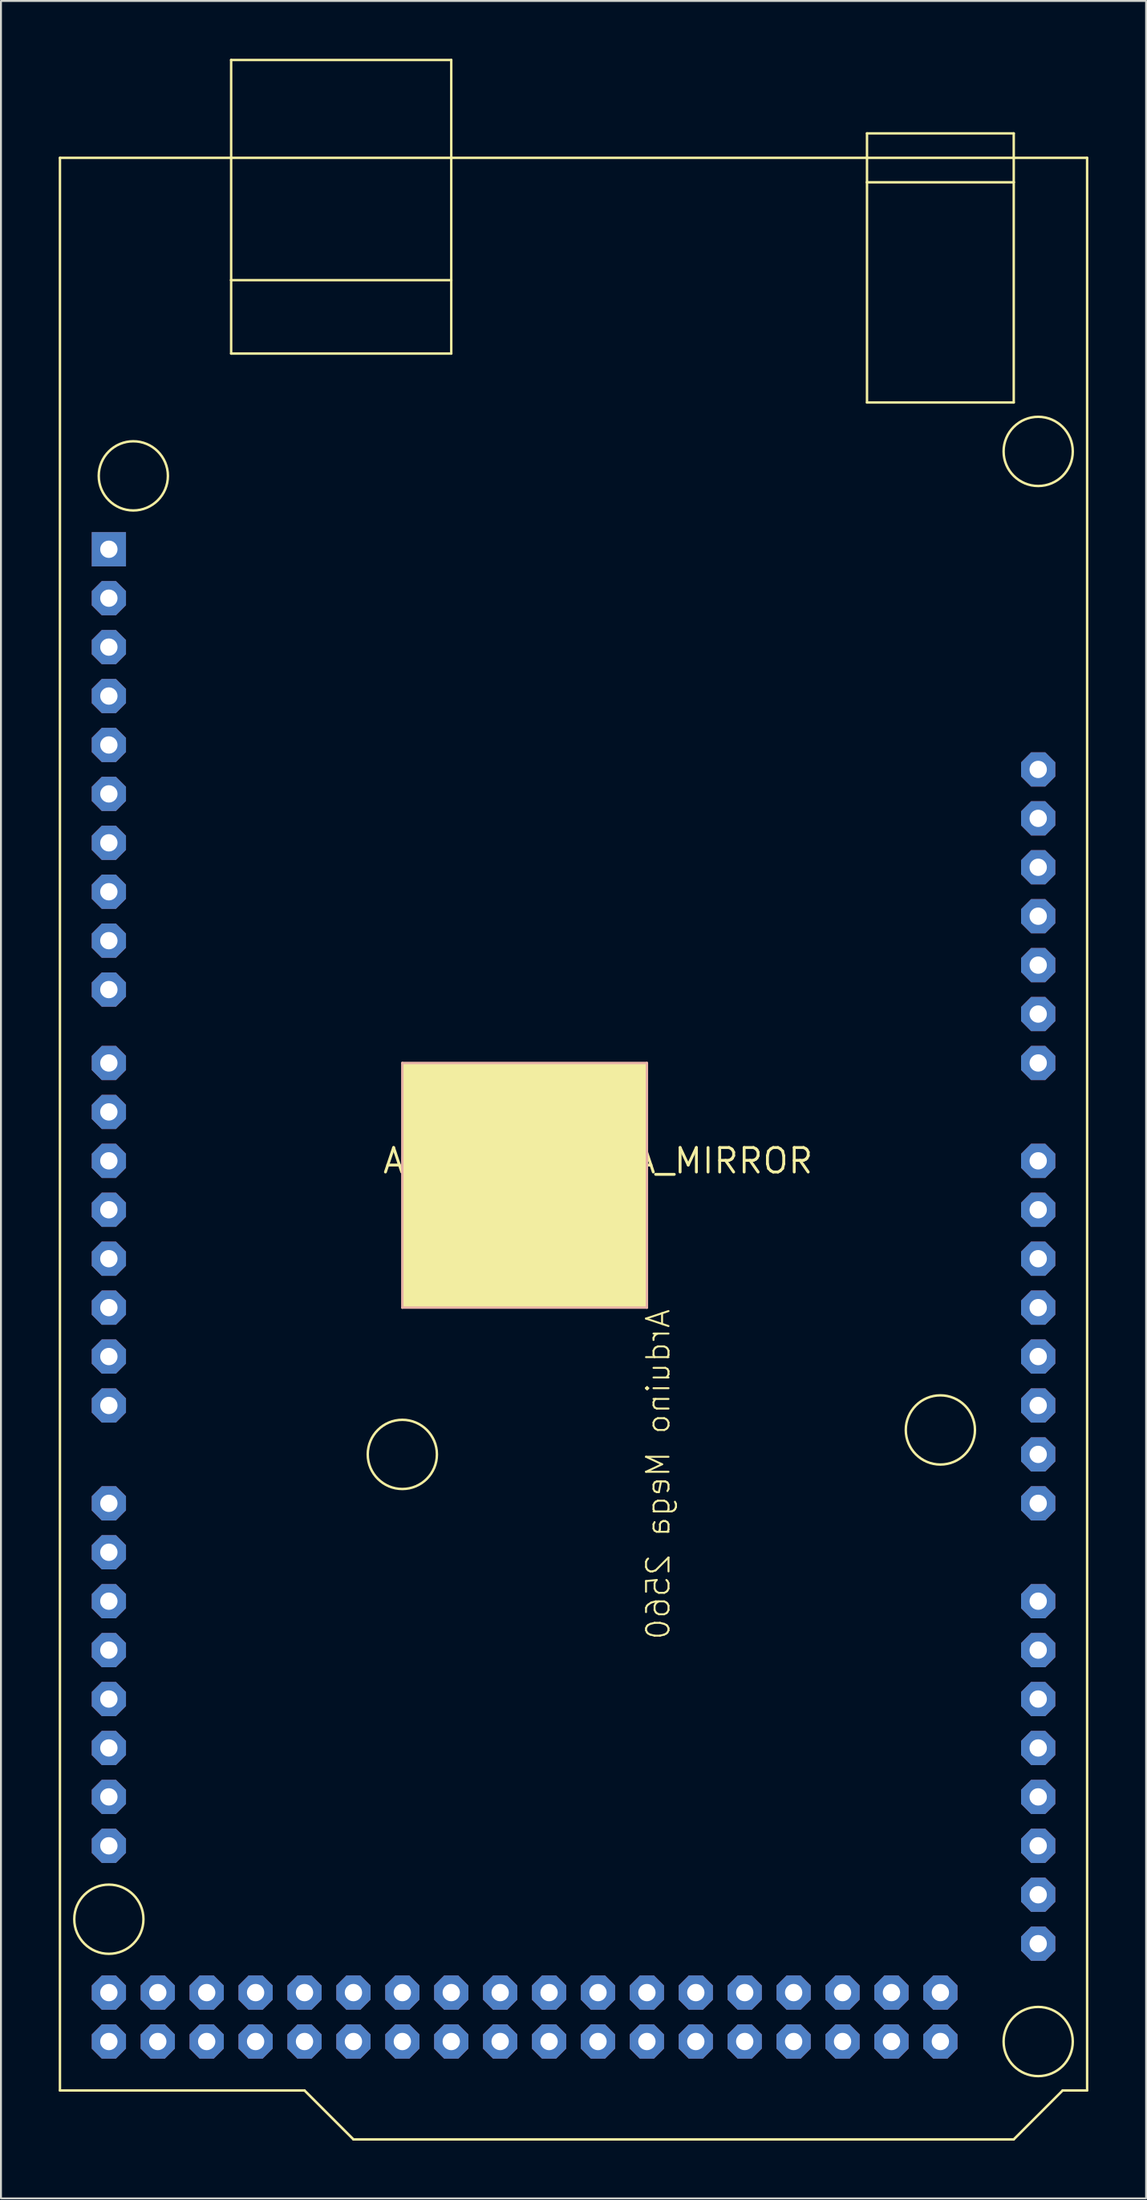
<source format=kicad_pcb>
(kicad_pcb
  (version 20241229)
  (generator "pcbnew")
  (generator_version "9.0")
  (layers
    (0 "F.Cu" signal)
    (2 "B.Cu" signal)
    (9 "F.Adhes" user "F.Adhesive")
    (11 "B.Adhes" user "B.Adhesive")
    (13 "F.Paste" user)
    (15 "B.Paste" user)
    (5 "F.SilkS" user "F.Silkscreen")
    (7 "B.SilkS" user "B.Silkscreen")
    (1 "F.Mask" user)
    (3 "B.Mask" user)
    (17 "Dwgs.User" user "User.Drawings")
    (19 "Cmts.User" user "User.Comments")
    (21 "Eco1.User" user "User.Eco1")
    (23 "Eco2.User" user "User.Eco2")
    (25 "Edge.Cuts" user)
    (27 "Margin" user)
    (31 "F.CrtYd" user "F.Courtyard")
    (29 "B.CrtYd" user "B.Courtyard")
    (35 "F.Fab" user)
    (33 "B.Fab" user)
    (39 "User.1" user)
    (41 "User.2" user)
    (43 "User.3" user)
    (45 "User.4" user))
  (footprint "ARDUINO_MEGA_MIRROR"
    (layer "F.Cu")
    (at 28.003 57.214)
    (property "Reference" "ARDUINO_MEGA_MIRROR" (at 0 0 0) (layer "F.SilkS") (effects (font (size 1.27 1.27) (thickness 0.15))))
    (fp_line (start -27.94 -52.07) (end -27.94 48.26) (stroke (width 0.127) (type solid)) (layer "F.SilkS"))
    (fp_line (start -27.94 -52.07) (end 25.4 -52.07) (stroke (width 0.127) (type solid)) (layer "F.SilkS"))
    (fp_line (start -27.94 48.26) (end -15.24 48.26) (stroke (width 0.127) (type solid)) (layer "F.SilkS"))
    (fp_line (start -19.05 -57.15) (end -7.62 -57.15) (stroke (width 0.127) (type solid)) (layer "F.SilkS"))
    (fp_line (start -19.05 -45.72) (end -19.05 -57.15) (stroke (width 0.127) (type solid)) (layer "F.SilkS"))
    (fp_line (start -19.05 -45.72) (end -7.62 -45.72) (stroke (width 0.127) (type solid)) (layer "F.SilkS"))
    (fp_line (start -19.05 -41.91) (end -19.05 -45.72) (stroke (width 0.127) (type solid)) (layer "F.SilkS"))
    (fp_line (start -15.24 48.26) (end -12.7 50.8) (stroke (width 0.127) (type solid)) (layer "F.SilkS"))
    (fp_line (start -12.7 50.8) (end 21.59 50.8) (stroke (width 0.127) (type solid)) (layer "F.SilkS"))
    (fp_line (start -7.62 -57.15) (end -7.62 -45.72) (stroke (width 0.127) (type solid)) (layer "F.SilkS"))
    (fp_line (start -7.62 -45.72) (end -7.62 -41.91) (stroke (width 0.127) (type solid)) (layer "F.SilkS"))
    (fp_line (start -7.62 -41.91) (end -19.05 -41.91) (stroke (width 0.127) (type solid)) (layer "F.SilkS"))
    (fp_line (start 13.97 -53.34) (end 21.59 -53.34) (stroke (width 0.127) (type solid)) (layer "F.SilkS"))
    (fp_line (start 13.97 -50.8) (end 13.97 -53.34) (stroke (width 0.127) (type solid)) (layer "F.SilkS"))
    (fp_line (start 13.97 -50.8) (end 21.59 -50.8) (stroke (width 0.127) (type solid)) (layer "F.SilkS"))
    (fp_line (start 13.97 -39.37) (end 13.97 -50.8) (stroke (width 0.127) (type solid)) (layer "F.SilkS"))
    (fp_line (start 21.59 -50.8) (end 21.59 -53.34) (stroke (width 0.127) (type solid)) (layer "F.SilkS"))
    (fp_line (start 21.59 -50.8) (end 21.59 -39.37) (stroke (width 0.127) (type solid)) (layer "F.SilkS"))
    (fp_line (start 21.59 -39.37) (end 13.97 -39.37) (stroke (width 0.127) (type solid)) (layer "F.SilkS"))
    (fp_line (start 24.13 48.26) (end 21.59 50.8) (stroke (width 0.127) (type solid)) (layer "F.SilkS"))
    (fp_line (start 25.4 -52.07) (end 25.4 48.26) (stroke (width 0.127) (type solid)) (layer "F.SilkS"))
    (fp_line (start 25.4 48.26) (end 24.13 48.26) (stroke (width 0.127) (type solid)) (layer "F.SilkS"))
    (fp_circle (center -25.4 39.37) (end -23.604 39.37) (stroke (width 0.127) (type solid)) (fill no) (layer "F.SilkS"))
    (fp_circle (center -24.13 -35.56) (end -22.334 -35.56) (stroke (width 0.127) (type solid)) (fill no) (layer "F.SilkS"))
    (fp_circle (center -10.16 15.24) (end -8.364 15.24) (stroke (width 0.127) (type solid)) (fill no) (layer "F.SilkS"))
    (fp_circle (center 17.78 13.97) (end 19.576 13.97) (stroke (width 0.127) (type solid)) (fill no) (layer "F.SilkS"))
    (fp_circle (center 22.86 -36.83) (end 24.656 -36.83) (stroke (width 0.127) (type solid)) (fill no) (layer "F.SilkS"))
    (fp_circle (center 22.86 45.72) (end 24.656 45.72) (stroke (width 0.127) (type solid)) (fill no) (layer "F.SilkS"))
    (fp_poly (pts (xy 2.54 -5.08) (xy -10.16 -5.08) (xy -10.16 7.62) (xy 2.54 7.62)) (stroke (width 0) (type default)) (fill yes) (layer "F.SilkS"))
    (fp_line (start -10.16 -5.08) (end -10.16 7.62) (stroke (width 0.127) (type solid)) (layer "B.SilkS"))
    (fp_line (start -10.16 7.62) (end 2.54 7.62) (stroke (width 0.127) (type solid)) (layer "B.SilkS"))
    (fp_line (start 2.54 -5.08) (end -10.16 -5.08) (stroke (width 0.127) (type solid)) (layer "B.SilkS"))
    (fp_line (start 2.54 7.62) (end 2.54 -5.08) (stroke (width 0.127) (type solid)) (layer "B.SilkS"))
    (fp_text user "Arduino Mega 2560" (at 3.81 7.62 270) (layer "F.SilkS") (effects (font (size 1.168 1.168) (thickness 0.102)) (justify left bottom mirror)))
    (pad "3V3" thru_hole roundrect (at 22.86 -15.24 180) (size 1.778 1.778) (drill 0.9) (layers "*.Cu" "*.Mask") (roundrect_rratio 0.25) (chamfer_ratio 0.293) (chamfer top_left top_right bottom_left bottom_right))
    (pad "5V@1" thru_hole roundrect (at 22.86 -12.7 180) (size 1.778 1.778) (drill 0.9) (layers "*.Cu" "*.Mask") (roundrect_rratio 0.25) (chamfer_ratio 0.293) (chamfer top_left top_right bottom_left bottom_right))
    (pad "5V@2" thru_hole roundrect (at -25.4 43.18 180) (size 1.778 1.778) (drill 0.9) (layers "*.Cu" "*.Mask") (roundrect_rratio 0.25) (chamfer_ratio 0.293) (chamfer top_left top_right bottom_left bottom_right))
    (pad "5V@3" thru_hole roundrect (at -25.4 45.72 180) (size 1.778 1.778) (drill 0.9) (layers "*.Cu" "*.Mask") (roundrect_rratio 0.25) (chamfer_ratio 0.293) (chamfer top_left top_right bottom_left bottom_right))
    (pad "A0" thru_hole roundrect (at 22.86 0 180) (size 1.778 1.778) (drill 0.9) (layers "*.Cu" "*.Mask") (roundrect_rratio 0.25) (chamfer_ratio 0.293) (chamfer top_left top_right bottom_left bottom_right))
    (pad "A1" thru_hole roundrect (at 22.86 2.54 180) (size 1.778 1.778) (drill 0.9) (layers "*.Cu" "*.Mask") (roundrect_rratio 0.25) (chamfer_ratio 0.293) (chamfer top_left top_right bottom_left bottom_right))
    (pad "A2" thru_hole roundrect (at 22.86 5.08 180) (size 1.778 1.778) (drill 0.9) (layers "*.Cu" "*.Mask") (roundrect_rratio 0.25) (chamfer_ratio 0.293) (chamfer top_left top_right bottom_left bottom_right))
    (pad "A3" thru_hole roundrect (at 22.86 7.62 180) (size 1.778 1.778) (drill 0.9) (layers "*.Cu" "*.Mask") (roundrect_rratio 0.25) (chamfer_ratio 0.293) (chamfer top_left top_right bottom_left bottom_right))
    (pad "A4" thru_hole roundrect (at 22.86 10.16 180) (size 1.778 1.778) (drill 0.9) (layers "*.Cu" "*.Mask") (roundrect_rratio 0.25) (chamfer_ratio 0.293) (chamfer top_left top_right bottom_left bottom_right))
    (pad "A5" thru_hole roundrect (at 22.86 12.7 180) (size 1.778 1.778) (drill 0.9) (layers "*.Cu" "*.Mask") (roundrect_rratio 0.25) (chamfer_ratio 0.293) (chamfer top_left top_right bottom_left bottom_right))
    (pad "A6" thru_hole roundrect (at 22.86 15.24 180) (size 1.778 1.778) (drill 0.9) (layers "*.Cu" "*.Mask") (roundrect_rratio 0.25) (chamfer_ratio 0.293) (chamfer top_left top_right bottom_left bottom_right))
    (pad "A7" thru_hole roundrect (at 22.86 17.78 180) (size 1.778 1.778) (drill 0.9) (layers "*.Cu" "*.Mask") (roundrect_rratio 0.25) (chamfer_ratio 0.293) (chamfer top_left top_right bottom_left bottom_right))
    (pad "A8" thru_hole roundrect (at 22.86 22.86 180) (size 1.778 1.778) (drill 0.9) (layers "*.Cu" "*.Mask") (roundrect_rratio 0.25) (chamfer_ratio 0.293) (chamfer top_left top_right bottom_left bottom_right))
    (pad "A9" thru_hole roundrect (at 22.86 25.4 180) (size 1.778 1.778) (drill 0.9) (layers "*.Cu" "*.Mask") (roundrect_rratio 0.25) (chamfer_ratio 0.293) (chamfer top_left top_right bottom_left bottom_right))
    (pad "A10" thru_hole roundrect (at 22.86 27.94 180) (size 1.778 1.778) (drill 0.9) (layers "*.Cu" "*.Mask") (roundrect_rratio 0.25) (chamfer_ratio 0.293) (chamfer top_left top_right bottom_left bottom_right))
    (pad "A11" thru_hole roundrect (at 22.86 30.48 180) (size 1.778 1.778) (drill 0.9) (layers "*.Cu" "*.Mask") (roundrect_rratio 0.25) (chamfer_ratio 0.293) (chamfer top_left top_right bottom_left bottom_right))
    (pad "A12" thru_hole roundrect (at 22.86 33.02 180) (size 1.778 1.778) (drill 0.9) (layers "*.Cu" "*.Mask") (roundrect_rratio 0.25) (chamfer_ratio 0.293) (chamfer top_left top_right bottom_left bottom_right))
    (pad "A13" thru_hole roundrect (at 22.86 35.56 180) (size 1.778 1.778) (drill 0.9) (layers "*.Cu" "*.Mask") (roundrect_rratio 0.25) (chamfer_ratio 0.293) (chamfer top_left top_right bottom_left bottom_right))
    (pad "A14" thru_hole roundrect (at 22.86 38.1 180) (size 1.778 1.778) (drill 0.9) (layers "*.Cu" "*.Mask") (roundrect_rratio 0.25) (chamfer_ratio 0.293) (chamfer top_left top_right bottom_left bottom_right))
    (pad "A15" thru_hole roundrect (at 22.86 40.64 180) (size 1.778 1.778) (drill 0.9) (layers "*.Cu" "*.Mask") (roundrect_rratio 0.25) (chamfer_ratio 0.293) (chamfer top_left top_right bottom_left bottom_right))
    (pad "AREF" thru_hole roundrect (at -25.4 -26.67 180) (size 1.778 1.778) (drill 0.9) (layers "*.Cu" "*.Mask") (roundrect_rratio 0.25) (chamfer_ratio 0.293) (chamfer top_left top_right bottom_left bottom_right))
    (pad "D0" thru_hole roundrect (at -25.4 12.7 180) (size 1.778 1.778) (drill 0.9) (layers "*.Cu" "*.Mask") (roundrect_rratio 0.25) (chamfer_ratio 0.293) (chamfer top_left top_right bottom_left bottom_right))
    (pad "D1" thru_hole roundrect (at -25.4 10.16 180) (size 1.778 1.778) (drill 0.9) (layers "*.Cu" "*.Mask") (roundrect_rratio 0.25) (chamfer_ratio 0.293) (chamfer top_left top_right bottom_left bottom_right))
    (pad "D2" thru_hole roundrect (at -25.4 7.62 180) (size 1.778 1.778) (drill 0.9) (layers "*.Cu" "*.Mask") (roundrect_rratio 0.25) (chamfer_ratio 0.293) (chamfer top_left top_right bottom_left bottom_right))
    (pad "D3" thru_hole roundrect (at -25.4 5.08 180) (size 1.778 1.778) (drill 0.9) (layers "*.Cu" "*.Mask") (roundrect_rratio 0.25) (chamfer_ratio 0.293) (chamfer top_left top_right bottom_left bottom_right))
    (pad "D4" thru_hole roundrect (at -25.4 2.54 180) (size 1.778 1.778) (drill 0.9) (layers "*.Cu" "*.Mask") (roundrect_rratio 0.25) (chamfer_ratio 0.293) (chamfer top_left top_right bottom_left bottom_right))
    (pad "D5" thru_hole roundrect (at -25.4 0 180) (size 1.778 1.778) (drill 0.9) (layers "*.Cu" "*.Mask") (roundrect_rratio 0.25) (chamfer_ratio 0.293) (chamfer top_left top_right bottom_left bottom_right))
    (pad "D6" thru_hole roundrect (at -25.4 -2.54 180) (size 1.778 1.778) (drill 0.9) (layers "*.Cu" "*.Mask") (roundrect_rratio 0.25) (chamfer_ratio 0.293) (chamfer top_left top_right bottom_left bottom_right))
    (pad "D7" thru_hole roundrect (at -25.4 -5.08 180) (size 1.778 1.778) (drill 0.9) (layers "*.Cu" "*.Mask") (roundrect_rratio 0.25) (chamfer_ratio 0.293) (chamfer top_left top_right bottom_left bottom_right))
    (pad "D8" thru_hole roundrect (at -25.4 -8.89 180) (size 1.778 1.778) (drill 0.9) (layers "*.Cu" "*.Mask") (roundrect_rratio 0.25) (chamfer_ratio 0.293) (chamfer top_left top_right bottom_left bottom_right))
    (pad "D9" thru_hole roundrect (at -25.4 -11.43 180) (size 1.778 1.778) (drill 0.9) (layers "*.Cu" "*.Mask") (roundrect_rratio 0.25) (chamfer_ratio 0.293) (chamfer top_left top_right bottom_left bottom_right))
    (pad "D10" thru_hole roundrect (at -25.4 -13.97 180) (size 1.778 1.778) (drill 0.9) (layers "*.Cu" "*.Mask") (roundrect_rratio 0.25) (chamfer_ratio 0.293) (chamfer top_left top_right bottom_left bottom_right))
    (pad "D11" thru_hole roundrect (at -25.4 -16.51 180) (size 1.778 1.778) (drill 0.9) (layers "*.Cu" "*.Mask") (roundrect_rratio 0.25) (chamfer_ratio 0.293) (chamfer top_left top_right bottom_left bottom_right))
    (pad "D12" thru_hole roundrect (at -25.4 -19.05 180) (size 1.778 1.778) (drill 0.9) (layers "*.Cu" "*.Mask") (roundrect_rratio 0.25) (chamfer_ratio 0.293) (chamfer top_left top_right bottom_left bottom_right))
    (pad "D13" thru_hole roundrect (at -25.4 -21.59 180) (size 1.778 1.778) (drill 0.9) (layers "*.Cu" "*.Mask") (roundrect_rratio 0.25) (chamfer_ratio 0.293) (chamfer top_left top_right bottom_left bottom_right))
    (pad "D14" thru_hole roundrect (at -25.4 17.78 180) (size 1.778 1.778) (drill 0.9) (layers "*.Cu" "*.Mask") (roundrect_rratio 0.25) (chamfer_ratio 0.293) (chamfer top_left top_right bottom_left bottom_right))
    (pad "D15" thru_hole roundrect (at -25.4 20.32 180) (size 1.778 1.778) (drill 0.9) (layers "*.Cu" "*.Mask") (roundrect_rratio 0.25) (chamfer_ratio 0.293) (chamfer top_left top_right bottom_left bottom_right))
    (pad "D16" thru_hole roundrect (at -25.4 22.86 180) (size 1.778 1.778) (drill 0.9) (layers "*.Cu" "*.Mask") (roundrect_rratio 0.25) (chamfer_ratio 0.293) (chamfer top_left top_right bottom_left bottom_right))
    (pad "D17" thru_hole roundrect (at -25.4 25.4 180) (size 1.778 1.778) (drill 0.9) (layers "*.Cu" "*.Mask") (roundrect_rratio 0.25) (chamfer_ratio 0.293) (chamfer top_left top_right bottom_left bottom_right))
    (pad "D18" thru_hole roundrect (at -25.4 27.94 180) (size 1.778 1.778) (drill 0.9) (layers "*.Cu" "*.Mask") (roundrect_rratio 0.25) (chamfer_ratio 0.293) (chamfer top_left top_right bottom_left bottom_right))
    (pad "D19" thru_hole roundrect (at -25.4 30.48 180) (size 1.778 1.778) (drill 0.9) (layers "*.Cu" "*.Mask") (roundrect_rratio 0.25) (chamfer_ratio 0.293) (chamfer top_left top_right bottom_left bottom_right))
    (pad "D20" thru_hole roundrect (at -25.4 33.02 180) (size 1.778 1.778) (drill 0.9) (layers "*.Cu" "*.Mask") (roundrect_rratio 0.25) (chamfer_ratio 0.293) (chamfer top_left top_right bottom_left bottom_right))
    (pad "D21" thru_hole roundrect (at -25.4 35.56 180) (size 1.778 1.778) (drill 0.9) (layers "*.Cu" "*.Mask") (roundrect_rratio 0.25) (chamfer_ratio 0.293) (chamfer top_left top_right bottom_left bottom_right))
    (pad "D22" thru_hole roundrect (at -22.86 43.18 180) (size 1.778 1.778) (drill 0.9) (layers "*.Cu" "*.Mask") (roundrect_rratio 0.25) (chamfer_ratio 0.293) (chamfer top_left top_right bottom_left bottom_right))
    (pad "D23" thru_hole roundrect (at -22.86 45.72 180) (size 1.778 1.778) (drill 0.9) (layers "*.Cu" "*.Mask") (roundrect_rratio 0.25) (chamfer_ratio 0.293) (chamfer top_left top_right bottom_left bottom_right))
    (pad "D24" thru_hole roundrect (at -20.32 43.18 180) (size 1.778 1.778) (drill 0.9) (layers "*.Cu" "*.Mask") (roundrect_rratio 0.25) (chamfer_ratio 0.293) (chamfer top_left top_right bottom_left bottom_right))
    (pad "D25" thru_hole roundrect (at -20.32 45.72 180) (size 1.778 1.778) (drill 0.9) (layers "*.Cu" "*.Mask") (roundrect_rratio 0.25) (chamfer_ratio 0.293) (chamfer top_left top_right bottom_left bottom_right))
    (pad "D26" thru_hole roundrect (at -17.78 43.18 180) (size 1.778 1.778) (drill 0.9) (layers "*.Cu" "*.Mask") (roundrect_rratio 0.25) (chamfer_ratio 0.293) (chamfer top_left top_right bottom_left bottom_right))
    (pad "D27" thru_hole roundrect (at -17.78 45.72 180) (size 1.778 1.778) (drill 0.9) (layers "*.Cu" "*.Mask") (roundrect_rratio 0.25) (chamfer_ratio 0.293) (chamfer top_left top_right bottom_left bottom_right))
    (pad "D28" thru_hole roundrect (at -15.24 43.18 180) (size 1.778 1.778) (drill 0.9) (layers "*.Cu" "*.Mask") (roundrect_rratio 0.25) (chamfer_ratio 0.293) (chamfer top_left top_right bottom_left bottom_right))
    (pad "D29" thru_hole roundrect (at -15.24 45.72 180) (size 1.778 1.778) (drill 0.9) (layers "*.Cu" "*.Mask") (roundrect_rratio 0.25) (chamfer_ratio 0.293) (chamfer top_left top_right bottom_left bottom_right))
    (pad "D30" thru_hole roundrect (at -12.7 43.18 180) (size 1.778 1.778) (drill 0.9) (layers "*.Cu" "*.Mask") (roundrect_rratio 0.25) (chamfer_ratio 0.293) (chamfer top_left top_right bottom_left bottom_right))
    (pad "D31" thru_hole roundrect (at -12.7 45.72 180) (size 1.778 1.778) (drill 0.9) (layers "*.Cu" "*.Mask") (roundrect_rratio 0.25) (chamfer_ratio 0.293) (chamfer top_left top_right bottom_left bottom_right))
    (pad "D32" thru_hole roundrect (at -10.16 43.18 180) (size 1.778 1.778) (drill 0.9) (layers "*.Cu" "*.Mask") (roundrect_rratio 0.25) (chamfer_ratio 0.293) (chamfer top_left top_right bottom_left bottom_right))
    (pad "D33" thru_hole roundrect (at -10.16 45.72 180) (size 1.778 1.778) (drill 0.9) (layers "*.Cu" "*.Mask") (roundrect_rratio 0.25) (chamfer_ratio 0.293) (chamfer top_left top_right bottom_left bottom_right))
    (pad "D34" thru_hole roundrect (at -7.62 43.18 180) (size 1.778 1.778) (drill 0.9) (layers "*.Cu" "*.Mask") (roundrect_rratio 0.25) (chamfer_ratio 0.293) (chamfer top_left top_right bottom_left bottom_right))
    (pad "D35" thru_hole roundrect (at -7.62 45.72 180) (size 1.778 1.778) (drill 0.9) (layers "*.Cu" "*.Mask") (roundrect_rratio 0.25) (chamfer_ratio 0.293) (chamfer top_left top_right bottom_left bottom_right))
    (pad "D36" thru_hole roundrect (at -5.08 43.18 180) (size 1.778 1.778) (drill 0.9) (layers "*.Cu" "*.Mask") (roundrect_rratio 0.25) (chamfer_ratio 0.293) (chamfer top_left top_right bottom_left bottom_right))
    (pad "D37" thru_hole roundrect (at -5.08 45.72 180) (size 1.778 1.778) (drill 0.9) (layers "*.Cu" "*.Mask") (roundrect_rratio 0.25) (chamfer_ratio 0.293) (chamfer top_left top_right bottom_left bottom_right))
    (pad "D38" thru_hole roundrect (at -2.54 43.18 180) (size 1.778 1.778) (drill 0.9) (layers "*.Cu" "*.Mask") (roundrect_rratio 0.25) (chamfer_ratio 0.293) (chamfer top_left top_right bottom_left bottom_right))
    (pad "D39" thru_hole roundrect (at -2.54 45.72 180) (size 1.778 1.778) (drill 0.9) (layers "*.Cu" "*.Mask") (roundrect_rratio 0.25) (chamfer_ratio 0.293) (chamfer top_left top_right bottom_left bottom_right))
    (pad "D40" thru_hole roundrect (at 0 43.18 180) (size 1.778 1.778) (drill 0.9) (layers "*.Cu" "*.Mask") (roundrect_rratio 0.25) (chamfer_ratio 0.293) (chamfer top_left top_right bottom_left bottom_right))
    (pad "D41" thru_hole roundrect (at 0 45.72 180) (size 1.778 1.778) (drill 0.9) (layers "*.Cu" "*.Mask") (roundrect_rratio 0.25) (chamfer_ratio 0.293) (chamfer top_left top_right bottom_left bottom_right))
    (pad "D42" thru_hole roundrect (at 2.54 43.18 180) (size 1.778 1.778) (drill 0.9) (layers "*.Cu" "*.Mask") (roundrect_rratio 0.25) (chamfer_ratio 0.293) (chamfer top_left top_right bottom_left bottom_right))
    (pad "D43" thru_hole roundrect (at 2.54 45.72 180) (size 1.778 1.778) (drill 0.9) (layers "*.Cu" "*.Mask") (roundrect_rratio 0.25) (chamfer_ratio 0.293) (chamfer top_left top_right bottom_left bottom_right))
    (pad "D44" thru_hole roundrect (at 5.08 43.18 180) (size 1.778 1.778) (drill 0.9) (layers "*.Cu" "*.Mask") (roundrect_rratio 0.25) (chamfer_ratio 0.293) (chamfer top_left top_right bottom_left bottom_right))
    (pad "D45" thru_hole roundrect (at 5.08 45.72 180) (size 1.778 1.778) (drill 0.9) (layers "*.Cu" "*.Mask") (roundrect_rratio 0.25) (chamfer_ratio 0.293) (chamfer top_left top_right bottom_left bottom_right))
    (pad "D46" thru_hole roundrect (at 7.62 43.18 180) (size 1.778 1.778) (drill 0.9) (layers "*.Cu" "*.Mask") (roundrect_rratio 0.25) (chamfer_ratio 0.293) (chamfer top_left top_right bottom_left bottom_right))
    (pad "D47" thru_hole roundrect (at 7.62 45.72 180) (size 1.778 1.778) (drill 0.9) (layers "*.Cu" "*.Mask") (roundrect_rratio 0.25) (chamfer_ratio 0.293) (chamfer top_left top_right bottom_left bottom_right))
    (pad "D48" thru_hole roundrect (at 10.16 43.18 180) (size 1.778 1.778) (drill 0.9) (layers "*.Cu" "*.Mask") (roundrect_rratio 0.25) (chamfer_ratio 0.293) (chamfer top_left top_right bottom_left bottom_right))
    (pad "D49" thru_hole roundrect (at 10.16 45.72 180) (size 1.778 1.778) (drill 0.9) (layers "*.Cu" "*.Mask") (roundrect_rratio 0.25) (chamfer_ratio 0.293) (chamfer top_left top_right bottom_left bottom_right))
    (pad "D50" thru_hole roundrect (at 12.7 43.18 180) (size 1.778 1.778) (drill 0.9) (layers "*.Cu" "*.Mask") (roundrect_rratio 0.25) (chamfer_ratio 0.293) (chamfer top_left top_right bottom_left bottom_right))
    (pad "D51" thru_hole roundrect (at 12.7 45.72 180) (size 1.778 1.778) (drill 0.9) (layers "*.Cu" "*.Mask") (roundrect_rratio 0.25) (chamfer_ratio 0.293) (chamfer top_left top_right bottom_left bottom_right))
    (pad "D52" thru_hole roundrect (at 15.24 43.18 180) (size 1.778 1.778) (drill 0.9) (layers "*.Cu" "*.Mask") (roundrect_rratio 0.25) (chamfer_ratio 0.293) (chamfer top_left top_right bottom_left bottom_right))
    (pad "D53" thru_hole roundrect (at 15.24 45.72 180) (size 1.778 1.778) (drill 0.9) (layers "*.Cu" "*.Mask") (roundrect_rratio 0.25) (chamfer_ratio 0.293) (chamfer top_left top_right bottom_left bottom_right))
    (pad "GND@1" thru_hole roundrect (at -25.4 -24.13 180) (size 1.778 1.778) (drill 0.9) (layers "*.Cu" "*.Mask") (roundrect_rratio 0.25) (chamfer_ratio 0.293) (chamfer top_left top_right bottom_left bottom_right))
    (pad "GND@2" thru_hole roundrect (at 22.86 -7.62 180) (size 1.778 1.778) (drill 0.9) (layers "*.Cu" "*.Mask") (roundrect_rratio 0.25) (chamfer_ratio 0.293) (chamfer top_left top_right bottom_left bottom_right))
    (pad "GND@3" thru_hole roundrect (at 22.86 -10.16 180) (size 1.778 1.778) (drill 0.9) (layers "*.Cu" "*.Mask") (roundrect_rratio 0.25) (chamfer_ratio 0.293) (chamfer top_left top_right bottom_left bottom_right))
    (pad "GND@4" thru_hole roundrect (at 17.78 43.18 180) (size 1.778 1.778) (drill 0.9) (layers "*.Cu" "*.Mask") (roundrect_rratio 0.25) (chamfer_ratio 0.293) (chamfer top_left top_right bottom_left bottom_right))
    (pad "GND@5" thru_hole roundrect (at 17.78 45.72 180) (size 1.778 1.778) (drill 0.9) (layers "*.Cu" "*.Mask") (roundrect_rratio 0.25) (chamfer_ratio 0.293) (chamfer top_left top_right bottom_left bottom_right))
    (pad "IOREF" thru_hole roundrect (at 22.86 -20.32 180) (size 1.778 1.778) (drill 0.9) (layers "*.Cu" "*.Mask") (roundrect_rratio 0.25) (chamfer_ratio 0.293) (chamfer top_left top_right bottom_left bottom_right))
    (pad "RESET" thru_hole roundrect (at 22.86 -17.78 180) (size 1.778 1.778) (drill 0.9) (layers "*.Cu" "*.Mask") (roundrect_rratio 0.25) (chamfer_ratio 0.293) (chamfer top_left top_right bottom_left bottom_right))
    (pad "SCL" thru_hole rect (at -25.4 -31.75 180) (size 1.778 1.778) (drill 0.9) (layers "*.Cu" "*.Mask"))
    (pad "SDA" thru_hole roundrect (at -25.4 -29.21 180) (size 1.778 1.778) (drill 0.9) (layers "*.Cu" "*.Mask") (roundrect_rratio 0.25) (chamfer_ratio 0.293) (chamfer top_left top_right bottom_left bottom_right))
    (pad "VIN" thru_hole roundrect (at 22.86 -5.08 180) (size 1.778 1.778) (drill 0.9) (layers "*.Cu" "*.Mask") (roundrect_rratio 0.25) (chamfer_ratio 0.293) (chamfer top_left top_right bottom_left bottom_right)))
  (gr_rect
    (start -3 -3)
    (end 56.467 111.077)
    (stroke (width 0.1) (type default))
    (fill no)
    (layer "Edge.Cuts")))
</source>
